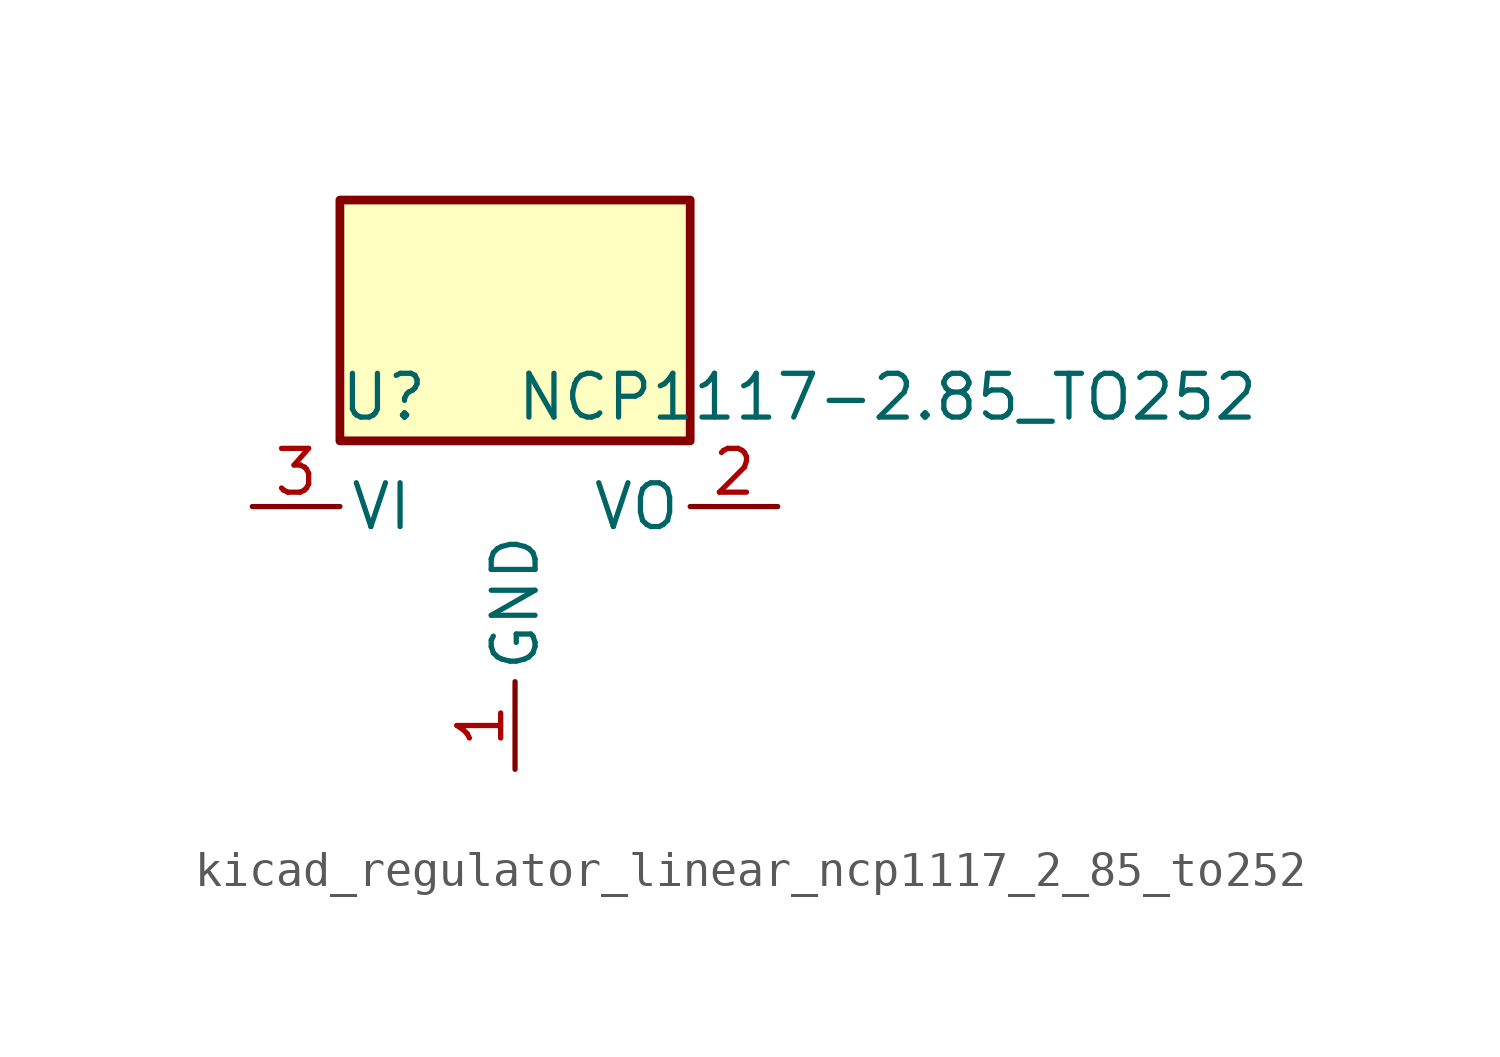
<source format=kicad_sym>
(kicad_symbol_lib
  (version 20220914)
  (generator kicad_symbol_editor)
  (symbol "kicad_regulator_linear_ncp1117_2_85_to252"
    (pin_names
      (offset 0.254))
    (property "Reference" "U"
      (at -3.81 3.175 0)
      (effects (font (size 1.27 1.27))))
    (property "Value" "NCP1117-2.85_TO252"
      (at 0 3.175 0)
      (effects (font (size 1.27 1.27)) (justify left)))
    (symbol "kicad_regulator_linear_ncp1117_2_85_to252_0_1"
      (rectangle (start 5.08 8.89) (end -5.08 1.905) (stroke (width 0.254) (type default)) (fill (type background))))
    (symbol "kicad_regulator_linear_ncp1117_2_85_to252_1_1"
      (pin power_in line (at 0 -7.62 90) (length 2.54) (name "GND" (effects (font (size 1.27 1.27)))) (number "1" (effects (font (size 1.27 1.27)))))
      (pin power_out line (at 7.62 0 180) (length 2.54) (name "VO" (effects (font (size 1.27 1.27)))) (number "2" (effects (font (size 1.27 1.27)))))
      (pin power_in line (at -7.62 0 0) (length 2.54) (name "VI" (effects (font (size 1.27 1.27)))) (number "3" (effects (font (size 1.27 1.27))))))))
</source>
